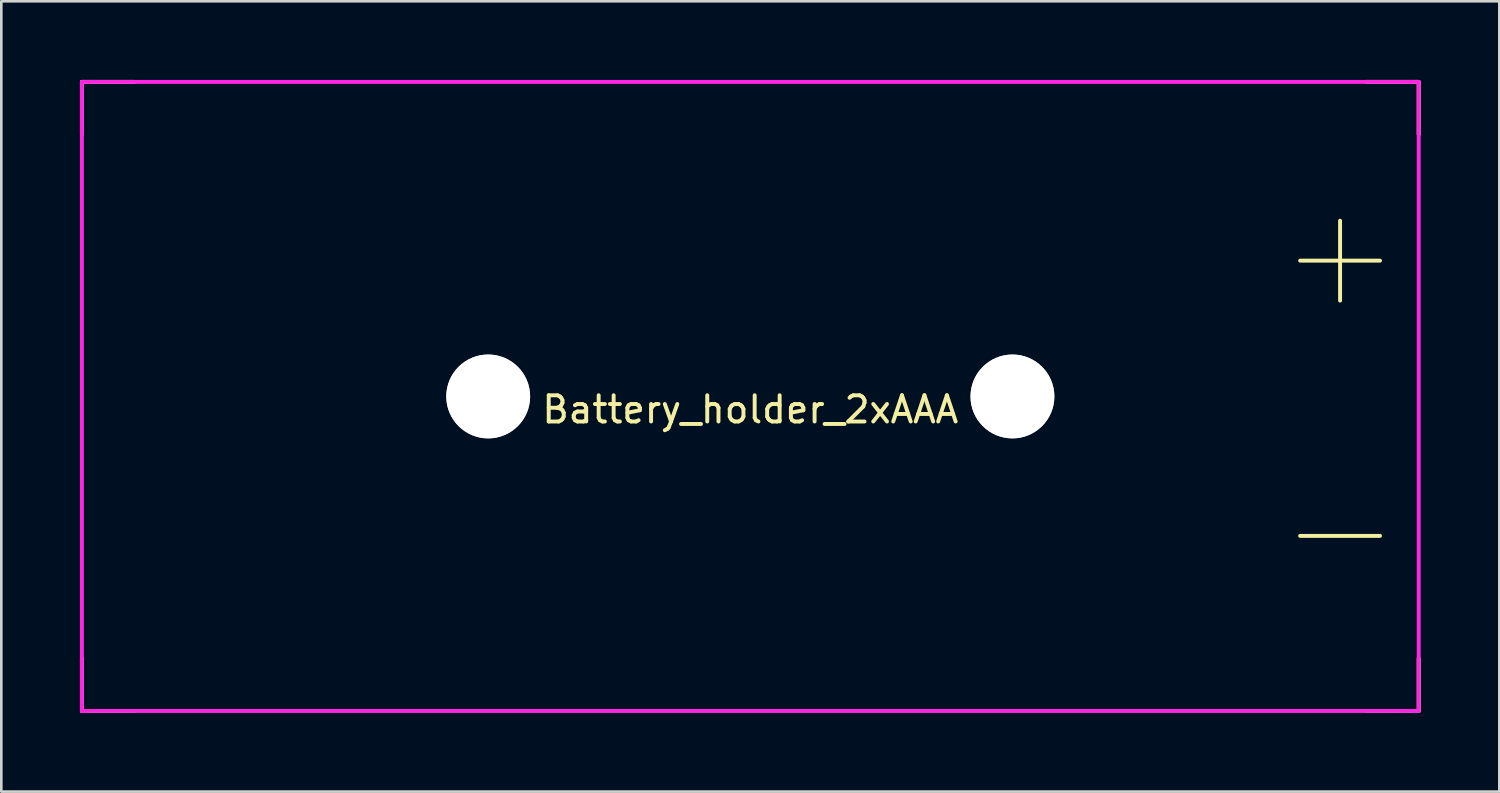
<source format=kicad_pcb>
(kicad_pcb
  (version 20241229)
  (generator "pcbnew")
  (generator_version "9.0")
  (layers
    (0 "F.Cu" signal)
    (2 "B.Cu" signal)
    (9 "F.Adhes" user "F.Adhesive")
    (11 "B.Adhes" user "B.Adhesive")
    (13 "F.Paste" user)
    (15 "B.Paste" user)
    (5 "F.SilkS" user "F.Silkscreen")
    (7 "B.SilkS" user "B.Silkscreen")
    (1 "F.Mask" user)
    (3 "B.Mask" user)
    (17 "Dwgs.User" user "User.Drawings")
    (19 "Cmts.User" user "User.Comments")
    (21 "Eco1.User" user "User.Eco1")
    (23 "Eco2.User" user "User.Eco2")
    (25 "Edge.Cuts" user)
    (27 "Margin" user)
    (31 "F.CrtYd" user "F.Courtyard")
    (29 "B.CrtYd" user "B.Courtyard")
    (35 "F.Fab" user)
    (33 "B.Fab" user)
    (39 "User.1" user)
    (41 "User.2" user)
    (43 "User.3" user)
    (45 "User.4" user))
  (footprint "Battery_holder_2xAAA"
    (layer "F.Cu")
    (at 25.575 12.075)
    (property "Reference" "Battery_holder_2xAAA" (at 0 0.5 0) (layer "F.SilkS") (effects (font (size 1 1) (thickness 0.15))))
    (attr through_hole)
    (fp_line (start -25.5 -12) (end -25.5 -10) (stroke (width 0.15) (type solid)) (layer "F.SilkS"))
    (fp_line (start -25.5 10) (end -25.5 12) (stroke (width 0.15) (type solid)) (layer "F.SilkS"))
    (fp_line (start -25.5 12) (end -23.5 12) (stroke (width 0.15) (type solid)) (layer "F.SilkS"))
    (fp_line (start -23.5 -12) (end -25.5 -12) (stroke (width 0.15) (type solid)) (layer "F.SilkS"))
    (fp_line (start 23.5 12) (end 25.5 12) (stroke (width 0.15) (type solid)) (layer "F.SilkS"))
    (fp_line (start 25.5 -12) (end 23.5 -12) (stroke (width 0.15) (type solid)) (layer "F.SilkS"))
    (fp_line (start 25.5 -10) (end 25.5 -12) (stroke (width 0.15) (type solid)) (layer "F.SilkS"))
    (fp_line (start 25.5 12) (end 25.5 10) (stroke (width 0.15) (type solid)) (layer "F.SilkS"))
    (fp_line (start -25.5 -12) (end -25.5 12) (stroke (width 0.15) (type solid)) (layer "F.CrtYd"))
    (fp_line (start -25.5 12) (end 25 12) (stroke (width 0.15) (type solid)) (layer "F.CrtYd"))
    (fp_line (start 25 12) (end 25.5 12) (stroke (width 0.15) (type solid)) (layer "F.CrtYd"))
    (fp_line (start 25.5 -12) (end -25.5 -12) (stroke (width 0.15) (type solid)) (layer "F.CrtYd"))
    (fp_line (start 25.5 12) (end 25.5 -12) (stroke (width 0.15) (type solid)) (layer "F.CrtYd"))
    (fp_text user "+" (at 22.5 -5.5 0) (layer "F.SilkS") (effects (font (size 4 4) (thickness 0.15))))
    (fp_text user "-" (at 22.5 5 0) (layer "F.SilkS") (effects (font (size 4 4) (thickness 0.15))))
    (pad "" np_thru_hole circle (at -10 0) (size 3.2 3.2) (drill 3.2) (layers "*.Cu" "Dwgs.User"))
    (pad "" np_thru_hole circle (at 10 0) (size 3.2 3.2) (drill 3.2) (layers "*.Cu" "Dwgs.User")))
  (gr_rect
    (start -3 -3)
    (end 54.15 27.15)
    (stroke (width 0.1) (type default))
    (fill no)
    (layer "Edge.Cuts")))
</source>
